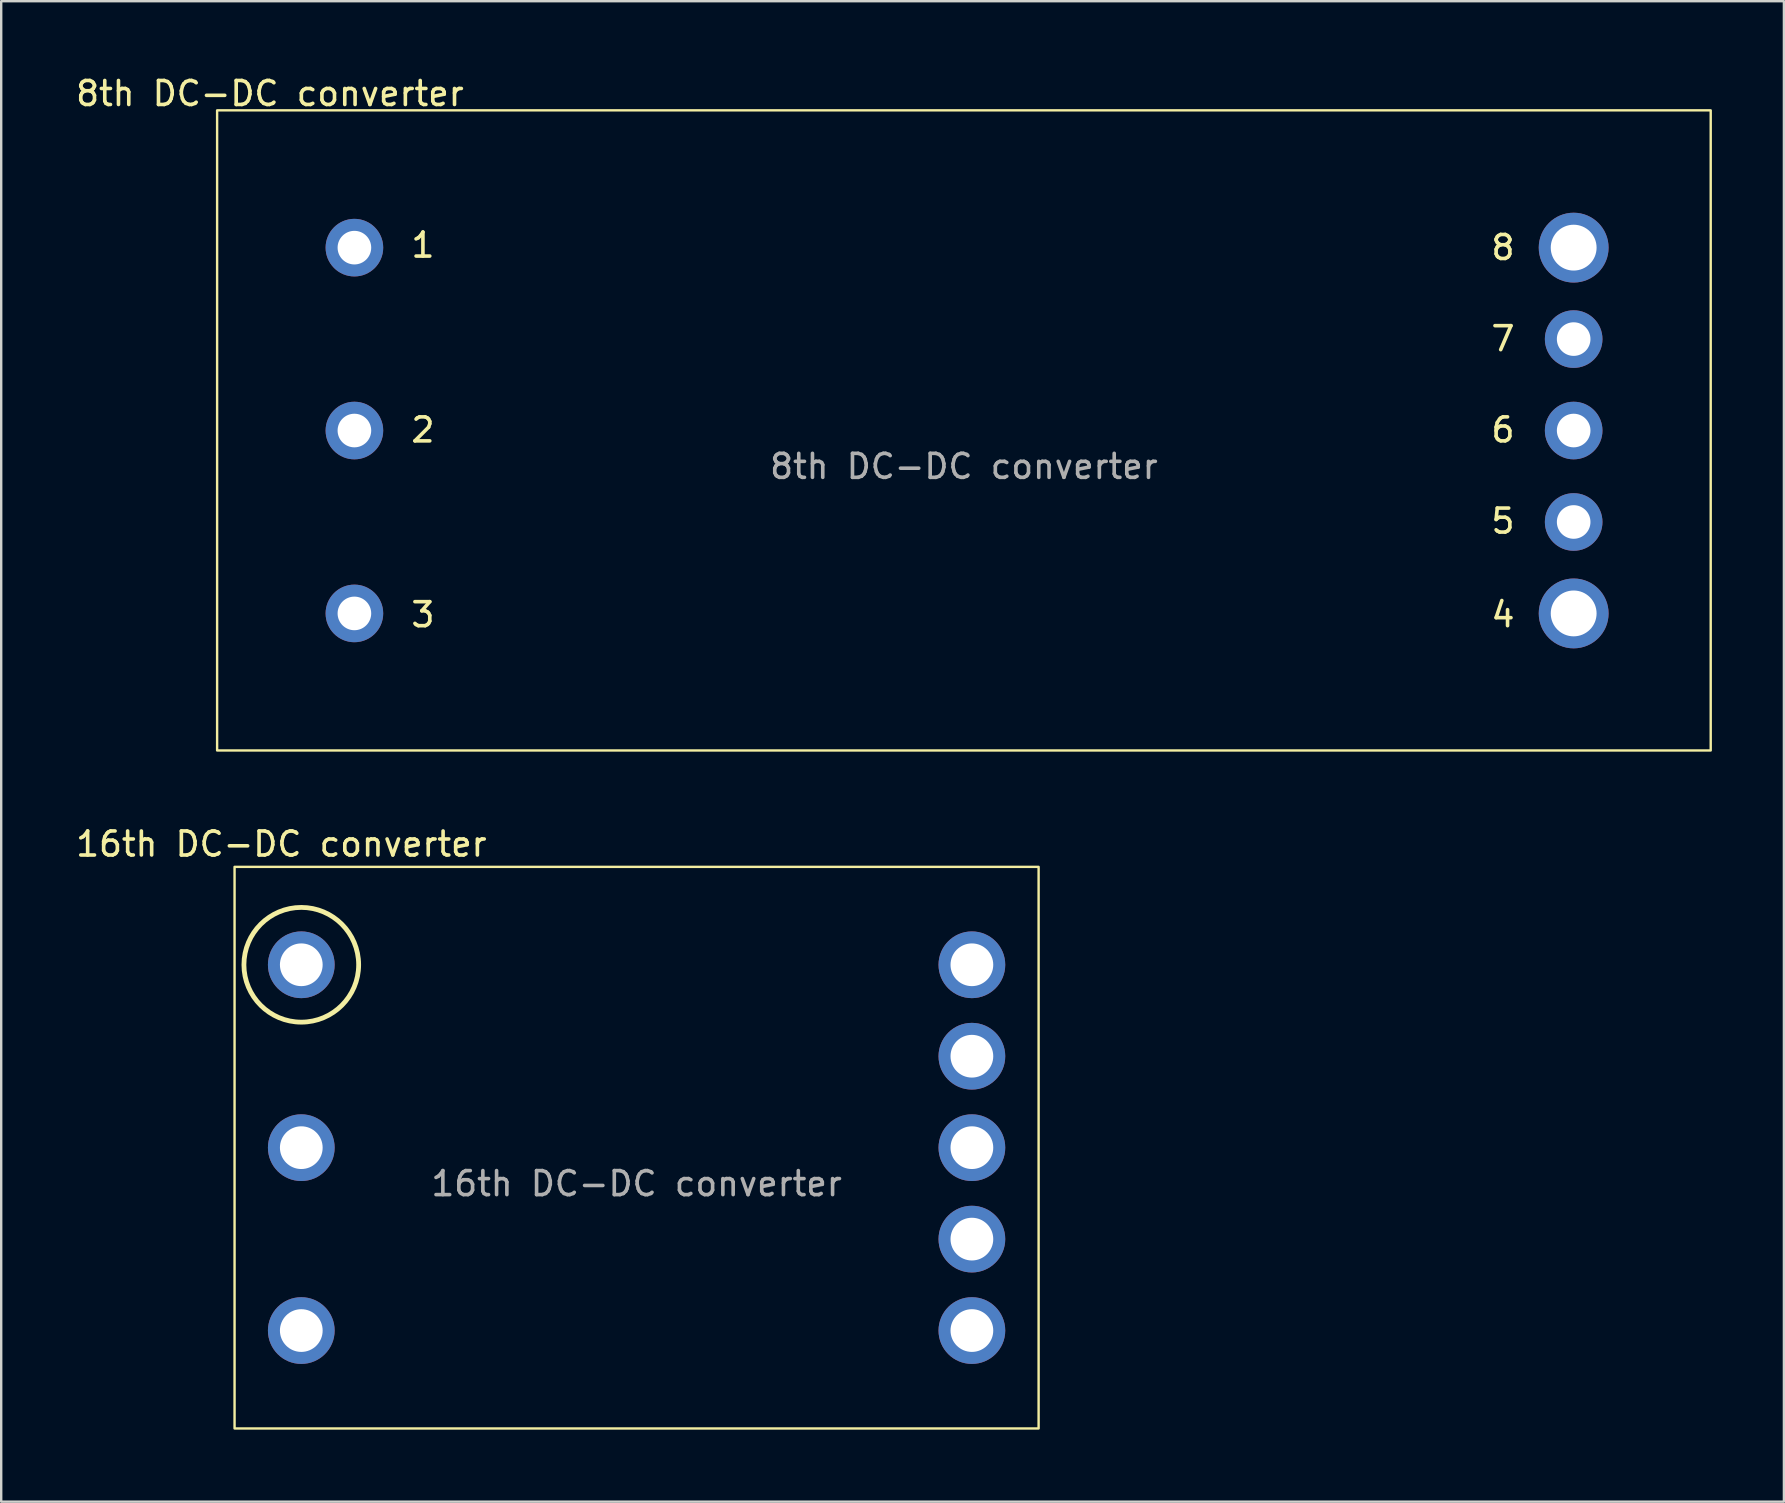
<source format=kicad_pcb>
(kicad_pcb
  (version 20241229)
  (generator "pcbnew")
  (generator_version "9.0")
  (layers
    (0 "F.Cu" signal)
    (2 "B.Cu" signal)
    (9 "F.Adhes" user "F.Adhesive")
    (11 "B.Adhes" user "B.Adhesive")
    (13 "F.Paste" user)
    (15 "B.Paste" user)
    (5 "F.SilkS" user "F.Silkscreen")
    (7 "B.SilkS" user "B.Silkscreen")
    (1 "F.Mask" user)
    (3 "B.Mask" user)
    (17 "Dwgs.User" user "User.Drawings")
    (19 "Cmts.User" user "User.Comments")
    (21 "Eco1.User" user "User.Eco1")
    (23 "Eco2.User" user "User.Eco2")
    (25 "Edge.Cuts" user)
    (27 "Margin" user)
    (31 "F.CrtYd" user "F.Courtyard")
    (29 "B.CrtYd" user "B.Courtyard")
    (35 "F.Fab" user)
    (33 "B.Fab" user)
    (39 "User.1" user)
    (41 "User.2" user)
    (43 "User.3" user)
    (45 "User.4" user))
  (footprint "8th DC-DC converter"
    (layer "F.Cu")
    (at 5.996 1.548)
    (property "Reference" "8th DC-DC converter" (at 2.2 -0.7 0) (unlocked yes) (layer "F.SilkS") (effects (font (size 1 1) (thickness 0.15))))
    (attr through_hole)
    (fp_rect (start 0 0) (end 62.23 26.67) (stroke (width 0.1) (type solid)) (fill no) (layer "F.SilkS"))
    (fp_text user "1" (at 8 6.2 0) (unlocked yes) (layer "F.SilkS") (effects (font (size 1 1) (thickness 0.15)) (justify left bottom)))
    (fp_text user "3" (at 8 21.6 0) (unlocked yes) (layer "F.SilkS") (effects (font (size 1 1) (thickness 0.15)) (justify left bottom)))
    (fp_text user "8" (at 53 6.3 0) (unlocked yes) (layer "F.SilkS") (effects (font (size 1 1) (thickness 0.15)) (justify left bottom)))
    (fp_text user "5" (at 53 17.7 0) (unlocked yes) (layer "F.SilkS") (effects (font (size 1 1) (thickness 0.15)) (justify left bottom)))
    (fp_text user "6" (at 53 13.9 0) (unlocked yes) (layer "F.SilkS") (effects (font (size 1 1) (thickness 0.15)) (justify left bottom)))
    (fp_text user "2" (at 8 13.9 0) (unlocked yes) (layer "F.SilkS") (effects (font (size 1 1) (thickness 0.15)) (justify left bottom)))
    (fp_text user "7" (at 53 10.1 0) (unlocked yes) (layer "F.SilkS") (effects (font (size 1 1) (thickness 0.15)) (justify left bottom)))
    (fp_text user "4" (at 53 21.6 0) (unlocked yes) (layer "F.SilkS") (effects (font (size 1 1) (thickness 0.15)) (justify left bottom)))
    (fp_text user "${REFERENCE}" (at 31.115 14.835 0) (unlocked yes) (layer "F.Fab") (effects (font (size 1 1) (thickness 0.15))))
    (pad "1" thru_hole circle (at 5.72 5.72) (size 2.4 2.4) (drill 1.4) (layers "*.Cu" "*.Mask"))
    (pad "2" thru_hole circle (at 5.72 13.34) (size 2.4 2.4) (drill 1.4) (layers "*.Cu" "*.Mask"))
    (pad "3" thru_hole circle (at 5.72 20.96) (size 2.4 2.4) (drill 1.4) (layers "*.Cu" "*.Mask"))
    (pad "4" thru_hole circle (at 56.52 20.96) (size 2.91 2.91) (drill 1.91) (layers "*.Cu" "*.Mask"))
    (pad "5" thru_hole circle (at 56.52 17.15) (size 2.4 2.4) (drill 1.4) (layers "*.Cu" "*.Mask"))
    (pad "6" thru_hole circle (at 56.52 13.34) (size 2.4 2.4) (drill 1.4) (layers "*.Cu" "*.Mask"))
    (pad "7" thru_hole circle (at 56.52 9.53) (size 2.4 2.4) (drill 1.4) (layers "*.Cu" "*.Mask"))
    (pad "8" thru_hole circle (at 56.52 5.72) (size 2.91 2.91) (drill 1.91) (layers "*.Cu" "*.Mask")))
  (footprint "16th DC-DC converter"
    (layer "F.Cu")
    (at 23.473 44.767)
    (property "Reference" "16th DC-DC converter" (at -14.8 -12.65 0) (unlocked yes) (layer "F.SilkS") (effects (font (size 1 1) (thickness 0.15))))
    (attr through_hole)
    (fp_rect (start -16.75 -11.7) (end 16.75 11.7) (stroke (width 0.1) (type solid)) (fill no) (layer "F.SilkS"))
    (fp_circle (center -13.97 -7.62) (end -11.58 -7.62) (stroke (width 0.2) (type solid)) (fill no) (layer "F.SilkS"))
    (fp_text user "${REFERENCE}" (at 0 1.5 0) (unlocked yes) (layer "F.Fab") (effects (font (size 1 1) (thickness 0.15))))
    (pad "1" thru_hole circle (at -13.97 -7.62) (size 2.78 2.78) (drill 1.78) (layers "*.Cu" "*.Mask"))
    (pad "2" thru_hole circle (at -13.97 0) (size 2.78 2.78) (drill 1.78) (layers "*.Cu" "*.Mask"))
    (pad "3" thru_hole circle (at -13.97 7.62) (size 2.78 2.78) (drill 1.78) (layers "*.Cu" "*.Mask"))
    (pad "4" thru_hole circle (at 13.97 7.62) (size 2.78 2.78) (drill 1.78) (layers "*.Cu" "*.Mask"))
    (pad "5" thru_hole circle (at 13.97 3.81) (size 2.78 2.78) (drill 1.78) (layers "*.Cu" "*.Mask"))
    (pad "6" thru_hole circle (at 13.97 0) (size 2.78 2.78) (drill 1.78) (layers "*.Cu" "*.Mask"))
    (pad "7" thru_hole circle (at 13.97 -3.81) (size 2.78 2.78) (drill 1.78) (layers "*.Cu" "*.Mask"))
    (pad "8" thru_hole circle (at 13.97 -7.62) (size 2.78 2.78) (drill 1.78) (layers "*.Cu" "*.Mask")))
  (gr_rect
    (start -3 -3)
    (end 71.276 59.517)
    (stroke (width 0.1) (type default))
    (fill no)
    (layer "Edge.Cuts")))
</source>
